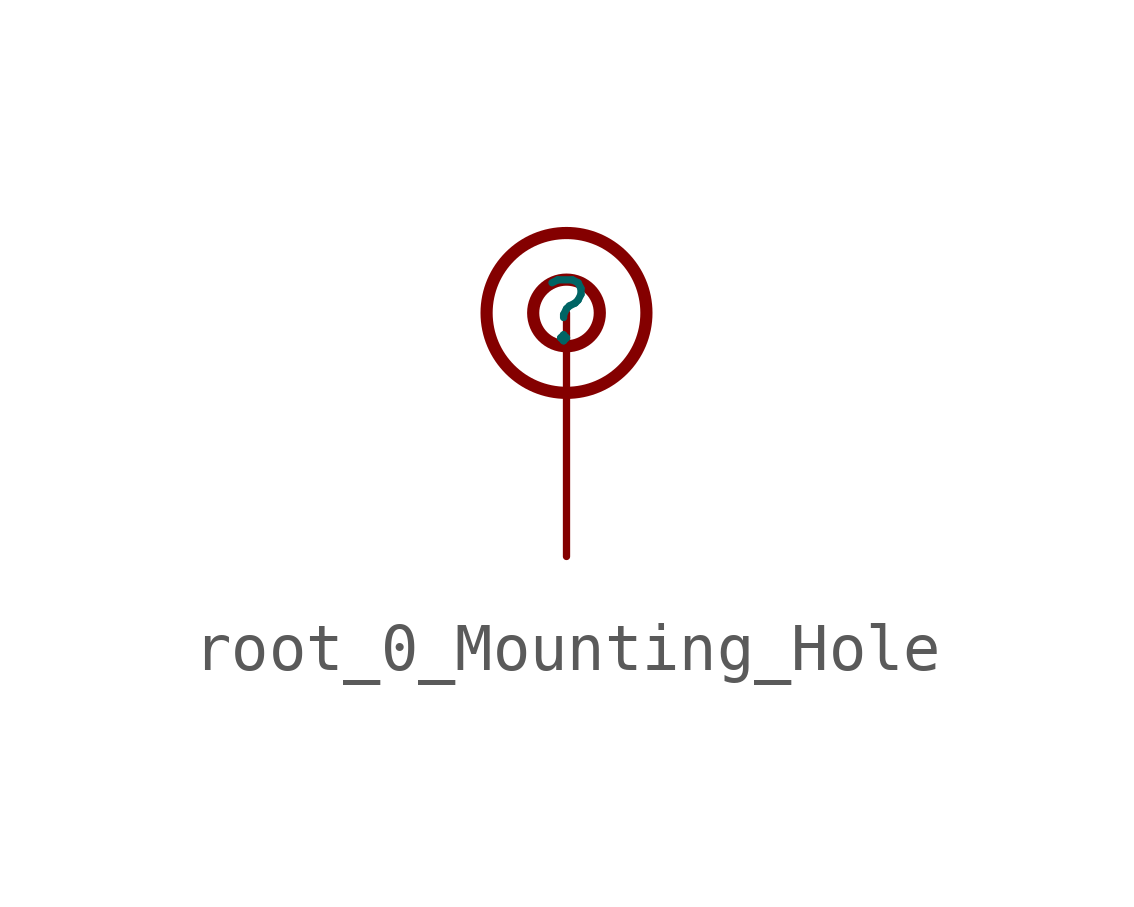
<source format=kicad_sym>
(kicad_symbol_lib
  (version 20220914)
  (generator kicad_symbol_editor)
  (symbol "root_0_Mounting_Hole"
    (property "Reference" ""
      (at 0 0 0)
      (effects (font (size 1.27 1.27))))
    (property "Value" ""
      (at 0 0 0)
      (effects (font (size 1.27 1.27))))
    (symbol "root_0_Mounting_Hole_1_0"
      (circle (center 0 0) (radius 0.695) (stroke (width 0.254) (type solid)) (fill (type none)))
      (circle (center 0 0) (radius 1.667) (stroke (width 0.254) (type solid)) (fill (type none)))
      (pin passive line (at 0 -5.08 90) (length 5.08) (name "1" (effects (font (size 0 0)))) (number "1" (effects (font (size 0 0))))))))
</source>
